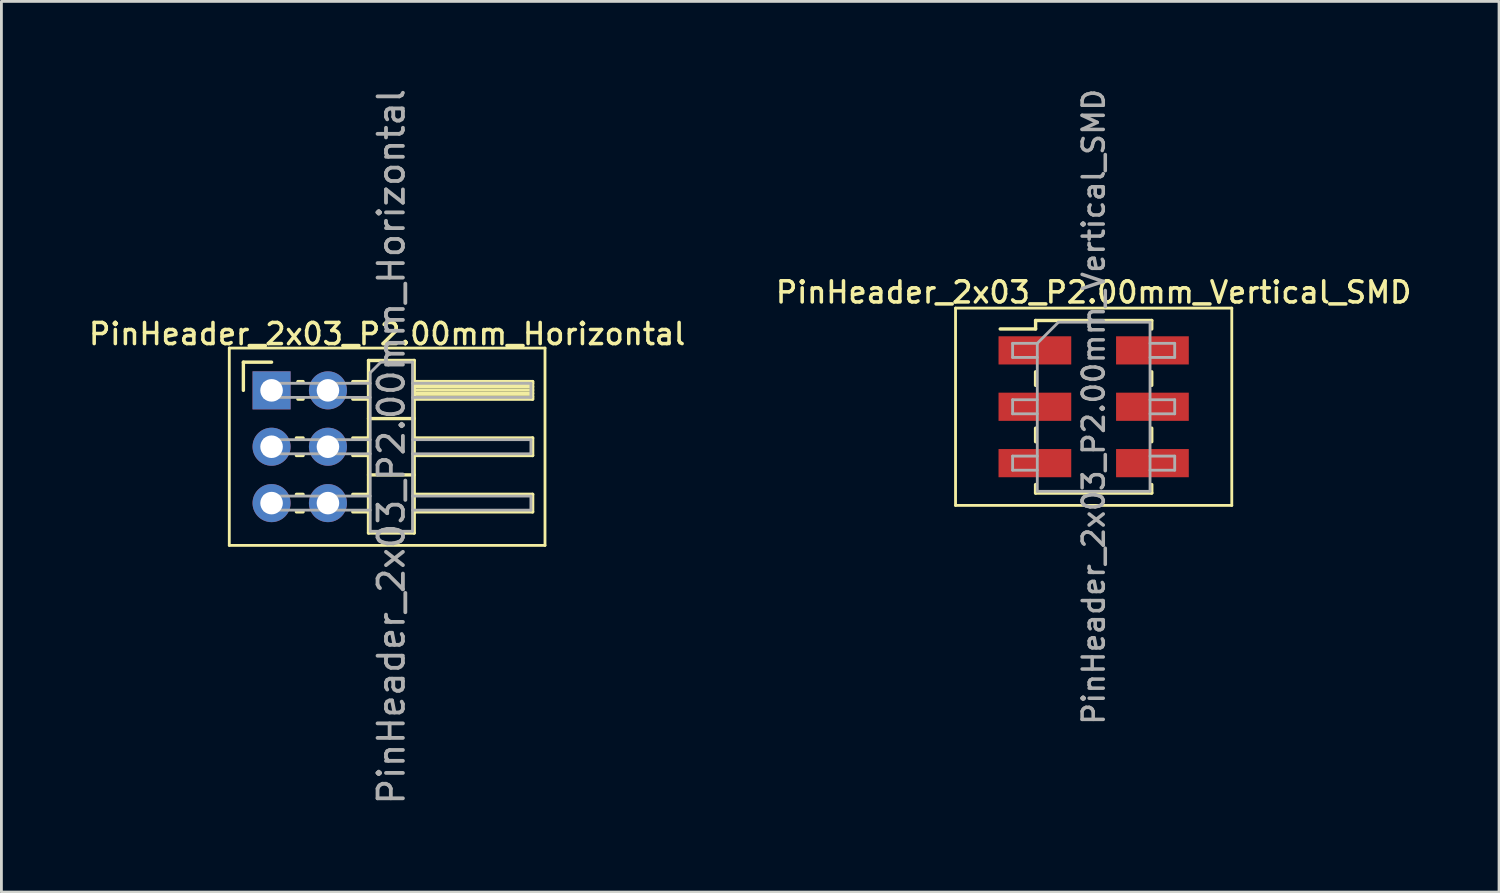
<source format=kicad_pcb>
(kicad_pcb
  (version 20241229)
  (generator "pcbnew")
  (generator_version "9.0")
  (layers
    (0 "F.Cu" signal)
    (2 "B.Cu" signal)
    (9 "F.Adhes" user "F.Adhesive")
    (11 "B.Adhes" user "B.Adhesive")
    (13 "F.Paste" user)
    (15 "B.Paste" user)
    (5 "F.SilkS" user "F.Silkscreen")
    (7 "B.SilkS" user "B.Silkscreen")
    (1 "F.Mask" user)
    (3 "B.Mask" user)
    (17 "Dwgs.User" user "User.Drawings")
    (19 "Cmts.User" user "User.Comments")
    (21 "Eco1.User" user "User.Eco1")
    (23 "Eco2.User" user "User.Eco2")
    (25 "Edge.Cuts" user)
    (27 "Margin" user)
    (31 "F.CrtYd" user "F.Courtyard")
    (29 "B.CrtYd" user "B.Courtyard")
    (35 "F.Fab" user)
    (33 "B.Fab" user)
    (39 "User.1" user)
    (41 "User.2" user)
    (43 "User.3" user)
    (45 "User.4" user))
  (footprint "PinHeader_2x03_P2.00mm_Vertical_SMD"
    (layer "F.Cu")
    (at 35.748 11.38)
    (property "Reference" "PinHeader_2x03_P2.00mm_Vertical_SMD" (at 0 -4.06 0) (layer "F.SilkS") (effects (font (size 0.75 0.75) (thickness 0.125))))
    (attr smd)
    (fp_line (start -4.9 -3.5) (end -4.9 3.5) (stroke (width 0.1) (type solid)) (layer "F.SilkS"))
    (fp_line (start -4.9 3.5) (end 4.9 3.5) (stroke (width 0.1) (type solid)) (layer "F.SilkS"))
    (fp_line (start -3.315 -2.76) (end -2.06 -2.76) (stroke (width 0.12) (type solid)) (layer "F.SilkS"))
    (fp_line (start -2.06 -3.06) (end -2.06 -2.76) (stroke (width 0.12) (type solid)) (layer "F.SilkS"))
    (fp_line (start -2.06 -3.06) (end 2.06 -3.06) (stroke (width 0.12) (type solid)) (layer "F.SilkS"))
    (fp_line (start -2.06 -1.24) (end -2.06 -0.76) (stroke (width 0.12) (type solid)) (layer "F.SilkS"))
    (fp_line (start -2.06 0.76) (end -2.06 1.24) (stroke (width 0.12) (type solid)) (layer "F.SilkS"))
    (fp_line (start -2.06 2.76) (end -2.06 3.06) (stroke (width 0.12) (type solid)) (layer "F.SilkS"))
    (fp_line (start -2.06 3.06) (end 2.06 3.06) (stroke (width 0.12) (type solid)) (layer "F.SilkS"))
    (fp_line (start 2.06 -3.06) (end 2.06 -2.76) (stroke (width 0.12) (type solid)) (layer "F.SilkS"))
    (fp_line (start 2.06 -1.24) (end 2.06 -0.76) (stroke (width 0.12) (type solid)) (layer "F.SilkS"))
    (fp_line (start 2.06 0.76) (end 2.06 1.24) (stroke (width 0.12) (type solid)) (layer "F.SilkS"))
    (fp_line (start 2.06 2.76) (end 2.06 3.06) (stroke (width 0.12) (type solid)) (layer "F.SilkS"))
    (fp_line (start 4.9 -3.5) (end -4.9 -3.5) (stroke (width 0.1) (type solid)) (layer "F.SilkS"))
    (fp_line (start 4.9 3.5) (end 4.9 -3.5) (stroke (width 0.1) (type solid)) (layer "F.SilkS"))
    (fp_line (start -2.875 -2.25) (end -2.875 -1.75) (stroke (width 0.1) (type solid)) (layer "F.Fab"))
    (fp_line (start -2.875 -1.75) (end -2 -1.75) (stroke (width 0.1) (type solid)) (layer "F.Fab"))
    (fp_line (start -2.875 -0.25) (end -2.875 0.25) (stroke (width 0.1) (type solid)) (layer "F.Fab"))
    (fp_line (start -2.875 0.25) (end -2 0.25) (stroke (width 0.1) (type solid)) (layer "F.Fab"))
    (fp_line (start -2.875 1.75) (end -2.875 2.25) (stroke (width 0.1) (type solid)) (layer "F.Fab"))
    (fp_line (start -2.875 2.25) (end -2 2.25) (stroke (width 0.1) (type solid)) (layer "F.Fab"))
    (fp_line (start -2 -2.25) (end -2.875 -2.25) (stroke (width 0.1) (type solid)) (layer "F.Fab"))
    (fp_line (start -2 -2.25) (end -1.25 -3) (stroke (width 0.1) (type solid)) (layer "F.Fab"))
    (fp_line (start -2 -0.25) (end -2.875 -0.25) (stroke (width 0.1) (type solid)) (layer "F.Fab"))
    (fp_line (start -2 1.75) (end -2.875 1.75) (stroke (width 0.1) (type solid)) (layer "F.Fab"))
    (fp_line (start -2 3) (end -2 -2.25) (stroke (width 0.1) (type solid)) (layer "F.Fab"))
    (fp_line (start -1.25 -3) (end 2 -3) (stroke (width 0.1) (type solid)) (layer "F.Fab"))
    (fp_line (start 2 -3) (end 2 3) (stroke (width 0.1) (type solid)) (layer "F.Fab"))
    (fp_line (start 2 -2.25) (end 2.875 -2.25) (stroke (width 0.1) (type solid)) (layer "F.Fab"))
    (fp_line (start 2 -0.25) (end 2.875 -0.25) (stroke (width 0.1) (type solid)) (layer "F.Fab"))
    (fp_line (start 2 1.75) (end 2.875 1.75) (stroke (width 0.1) (type solid)) (layer "F.Fab"))
    (fp_line (start 2 3) (end -2 3) (stroke (width 0.1) (type solid)) (layer "F.Fab"))
    (fp_line (start 2.875 -2.25) (end 2.875 -1.75) (stroke (width 0.1) (type solid)) (layer "F.Fab"))
    (fp_line (start 2.875 -1.75) (end 2 -1.75) (stroke (width 0.1) (type solid)) (layer "F.Fab"))
    (fp_line (start 2.875 -0.25) (end 2.875 0.25) (stroke (width 0.1) (type solid)) (layer "F.Fab"))
    (fp_line (start 2.875 0.25) (end 2 0.25) (stroke (width 0.1) (type solid)) (layer "F.Fab"))
    (fp_line (start 2.875 1.75) (end 2.875 2.25) (stroke (width 0.1) (type solid)) (layer "F.Fab"))
    (fp_line (start 2.875 2.25) (end 2 2.25) (stroke (width 0.1) (type solid)) (layer "F.Fab"))
    (fp_text user "${REFERENCE}" (at 0 0 90) (layer "F.Fab") (effects (font (size 0.75 0.75) (thickness 0.125))))
    (pad "1" smd rect (at -2.085 -2) (size 2.58 1) (layers "F.Cu" "F.Mask" "F.Paste"))
    (pad "2" smd rect (at 2.085 -2) (size 2.58 1) (layers "F.Cu" "F.Mask" "F.Paste"))
    (pad "3" smd rect (at -2.085 0) (size 2.58 1) (layers "F.Cu" "F.Mask" "F.Paste"))
    (pad "4" smd rect (at 2.085 0) (size 2.58 1) (layers "F.Cu" "F.Mask" "F.Paste"))
    (pad "5" smd rect (at -2.085 2) (size 2.58 1) (layers "F.Cu" "F.Mask" "F.Paste"))
    (pad "6" smd rect (at 2.085 2) (size 2.58 1) (layers "F.Cu" "F.Mask" "F.Paste")))
  (footprint "PinHeader_2x03_P2.00mm_Horizontal"
    (layer "F.Cu")
    (at 6.584 10.798)
    (property "Reference" "PinHeader_2x03_P2.00mm_Horizontal" (at 4.1 -2 0) (layer "F.SilkS") (effects (font (size 0.75 0.75) (thickness 0.125))))
    (attr through_hole)
    (fp_line (start -1.5 -1.5) (end -1.5 5.5) (stroke (width 0.1) (type solid)) (layer "F.SilkS"))
    (fp_line (start -1.5 5.5) (end 9.7 5.5) (stroke (width 0.1) (type solid)) (layer "F.SilkS"))
    (fp_line (start -1 -1) (end 0 -1) (stroke (width 0.12) (type solid)) (layer "F.SilkS"))
    (fp_line (start -1 0) (end -1 -1) (stroke (width 0.12) (type solid)) (layer "F.SilkS"))
    (fp_line (start 0.882 1.69) (end 1.118 1.69) (stroke (width 0.12) (type solid)) (layer "F.SilkS"))
    (fp_line (start 0.882 2.31) (end 1.118 2.31) (stroke (width 0.12) (type solid)) (layer "F.SilkS"))
    (fp_line (start 0.882 3.69) (end 1.118 3.69) (stroke (width 0.12) (type solid)) (layer "F.SilkS"))
    (fp_line (start 0.882 4.31) (end 1.118 4.31) (stroke (width 0.12) (type solid)) (layer "F.SilkS"))
    (fp_line (start 0.935 -0.31) (end 1.118 -0.31) (stroke (width 0.12) (type solid)) (layer "F.SilkS"))
    (fp_line (start 0.935 0.31) (end 1.118 0.31) (stroke (width 0.12) (type solid)) (layer "F.SilkS"))
    (fp_line (start 2.882 -0.31) (end 3.44 -0.31) (stroke (width 0.12) (type solid)) (layer "F.SilkS"))
    (fp_line (start 2.882 0.31) (end 3.44 0.31) (stroke (width 0.12) (type solid)) (layer "F.SilkS"))
    (fp_line (start 2.882 1.69) (end 3.44 1.69) (stroke (width 0.12) (type solid)) (layer "F.SilkS"))
    (fp_line (start 2.882 2.31) (end 3.44 2.31) (stroke (width 0.12) (type solid)) (layer "F.SilkS"))
    (fp_line (start 2.882 3.69) (end 3.44 3.69) (stroke (width 0.12) (type solid)) (layer "F.SilkS"))
    (fp_line (start 2.882 4.31) (end 3.44 4.31) (stroke (width 0.12) (type solid)) (layer "F.SilkS"))
    (fp_line (start 3.44 -1.06) (end 3.44 5.06) (stroke (width 0.12) (type solid)) (layer "F.SilkS"))
    (fp_line (start 3.44 1) (end 5.06 1) (stroke (width 0.12) (type solid)) (layer "F.SilkS"))
    (fp_line (start 3.44 3) (end 5.06 3) (stroke (width 0.12) (type solid)) (layer "F.SilkS"))
    (fp_line (start 3.44 5.06) (end 5.06 5.06) (stroke (width 0.12) (type solid)) (layer "F.SilkS"))
    (fp_line (start 5.06 -1.06) (end 3.44 -1.06) (stroke (width 0.12) (type solid)) (layer "F.SilkS"))
    (fp_line (start 5.06 -0.31) (end 9.26 -0.31) (stroke (width 0.12) (type solid)) (layer "F.SilkS"))
    (fp_line (start 5.06 -0.25) (end 9.26 -0.25) (stroke (width 0.12) (type solid)) (layer "F.SilkS"))
    (fp_line (start 5.06 -0.13) (end 9.26 -0.13) (stroke (width 0.12) (type solid)) (layer "F.SilkS"))
    (fp_line (start 5.06 -0.01) (end 9.26 -0.01) (stroke (width 0.12) (type solid)) (layer "F.SilkS"))
    (fp_line (start 5.06 0.11) (end 9.26 0.11) (stroke (width 0.12) (type solid)) (layer "F.SilkS"))
    (fp_line (start 5.06 0.23) (end 9.26 0.23) (stroke (width 0.12) (type solid)) (layer "F.SilkS"))
    (fp_line (start 5.06 1.69) (end 9.26 1.69) (stroke (width 0.12) (type solid)) (layer "F.SilkS"))
    (fp_line (start 5.06 3.69) (end 9.26 3.69) (stroke (width 0.12) (type solid)) (layer "F.SilkS"))
    (fp_line (start 5.06 5.06) (end 5.06 -1.06) (stroke (width 0.12) (type solid)) (layer "F.SilkS"))
    (fp_line (start 9.26 -0.31) (end 9.26 0.31) (stroke (width 0.12) (type solid)) (layer "F.SilkS"))
    (fp_line (start 9.26 0.31) (end 5.06 0.31) (stroke (width 0.12) (type solid)) (layer "F.SilkS"))
    (fp_line (start 9.26 1.69) (end 9.26 2.31) (stroke (width 0.12) (type solid)) (layer "F.SilkS"))
    (fp_line (start 9.26 2.31) (end 5.06 2.31) (stroke (width 0.12) (type solid)) (layer "F.SilkS"))
    (fp_line (start 9.26 3.69) (end 9.26 4.31) (stroke (width 0.12) (type solid)) (layer "F.SilkS"))
    (fp_line (start 9.26 4.31) (end 5.06 4.31) (stroke (width 0.12) (type solid)) (layer "F.SilkS"))
    (fp_line (start 9.7 -1.5) (end -1.5 -1.5) (stroke (width 0.1) (type solid)) (layer "F.SilkS"))
    (fp_line (start 9.7 5.5) (end 9.7 -1.5) (stroke (width 0.1) (type solid)) (layer "F.SilkS"))
    (fp_line (start -0.25 -0.25) (end -0.25 0.25) (stroke (width 0.1) (type solid)) (layer "F.Fab"))
    (fp_line (start -0.25 -0.25) (end 3.5 -0.25) (stroke (width 0.1) (type solid)) (layer "F.Fab"))
    (fp_line (start -0.25 0.25) (end 3.5 0.25) (stroke (width 0.1) (type solid)) (layer "F.Fab"))
    (fp_line (start -0.25 1.75) (end -0.25 2.25) (stroke (width 0.1) (type solid)) (layer "F.Fab"))
    (fp_line (start -0.25 1.75) (end 3.5 1.75) (stroke (width 0.1) (type solid)) (layer "F.Fab"))
    (fp_line (start -0.25 2.25) (end 3.5 2.25) (stroke (width 0.1) (type solid)) (layer "F.Fab"))
    (fp_line (start -0.25 3.75) (end -0.25 4.25) (stroke (width 0.1) (type solid)) (layer "F.Fab"))
    (fp_line (start -0.25 3.75) (end 3.5 3.75) (stroke (width 0.1) (type solid)) (layer "F.Fab"))
    (fp_line (start -0.25 4.25) (end 3.5 4.25) (stroke (width 0.1) (type solid)) (layer "F.Fab"))
    (fp_line (start 3.5 -0.625) (end 3.875 -1) (stroke (width 0.1) (type solid)) (layer "F.Fab"))
    (fp_line (start 3.5 5) (end 3.5 -0.625) (stroke (width 0.1) (type solid)) (layer "F.Fab"))
    (fp_line (start 3.875 -1) (end 5 -1) (stroke (width 0.1) (type solid)) (layer "F.Fab"))
    (fp_line (start 5 -1) (end 5 5) (stroke (width 0.1) (type solid)) (layer "F.Fab"))
    (fp_line (start 5 -0.25) (end 9.2 -0.25) (stroke (width 0.1) (type solid)) (layer "F.Fab"))
    (fp_line (start 5 0.25) (end 9.2 0.25) (stroke (width 0.1) (type solid)) (layer "F.Fab"))
    (fp_line (start 5 1.75) (end 9.2 1.75) (stroke (width 0.1) (type solid)) (layer "F.Fab"))
    (fp_line (start 5 2.25) (end 9.2 2.25) (stroke (width 0.1) (type solid)) (layer "F.Fab"))
    (fp_line (start 5 3.75) (end 9.2 3.75) (stroke (width 0.1) (type solid)) (layer "F.Fab"))
    (fp_line (start 5 4.25) (end 9.2 4.25) (stroke (width 0.1) (type solid)) (layer "F.Fab"))
    (fp_line (start 5 5) (end 3.5 5) (stroke (width 0.1) (type solid)) (layer "F.Fab"))
    (fp_line (start 9.2 -0.25) (end 9.2 0.25) (stroke (width 0.1) (type solid)) (layer "F.Fab"))
    (fp_line (start 9.2 1.75) (end 9.2 2.25) (stroke (width 0.1) (type solid)) (layer "F.Fab"))
    (fp_line (start 9.2 3.75) (end 9.2 4.25) (stroke (width 0.1) (type solid)) (layer "F.Fab"))
    (fp_text user "${REFERENCE}" (at 4.25 2 90) (layer "F.Fab") (effects (font (size 0.9 0.9) (thickness 0.135))))
    (pad "1" thru_hole rect (at 0 0) (size 1.35 1.35) (drill 0.8) (layers "*.Cu" "*.Mask"))
    (pad "2" thru_hole oval (at 2 0) (size 1.35 1.35) (drill 0.8) (layers "*.Cu" "*.Mask"))
    (pad "3" thru_hole oval (at 0 2) (size 1.35 1.35) (drill 0.8) (layers "*.Cu" "*.Mask"))
    (pad "4" thru_hole oval (at 2 2) (size 1.35 1.35) (drill 0.8) (layers "*.Cu" "*.Mask"))
    (pad "5" thru_hole oval (at 0 4) (size 1.35 1.35) (drill 0.8) (layers "*.Cu" "*.Mask"))
    (pad "6" thru_hole oval (at 2 4) (size 1.35 1.35) (drill 0.8) (layers "*.Cu" "*.Mask")))
  (gr_rect
    (start -3 -3)
    (end 50.129 28.596)
    (stroke (width 0.1) (type default))
    (fill no)
    (layer "Edge.Cuts")))
</source>
